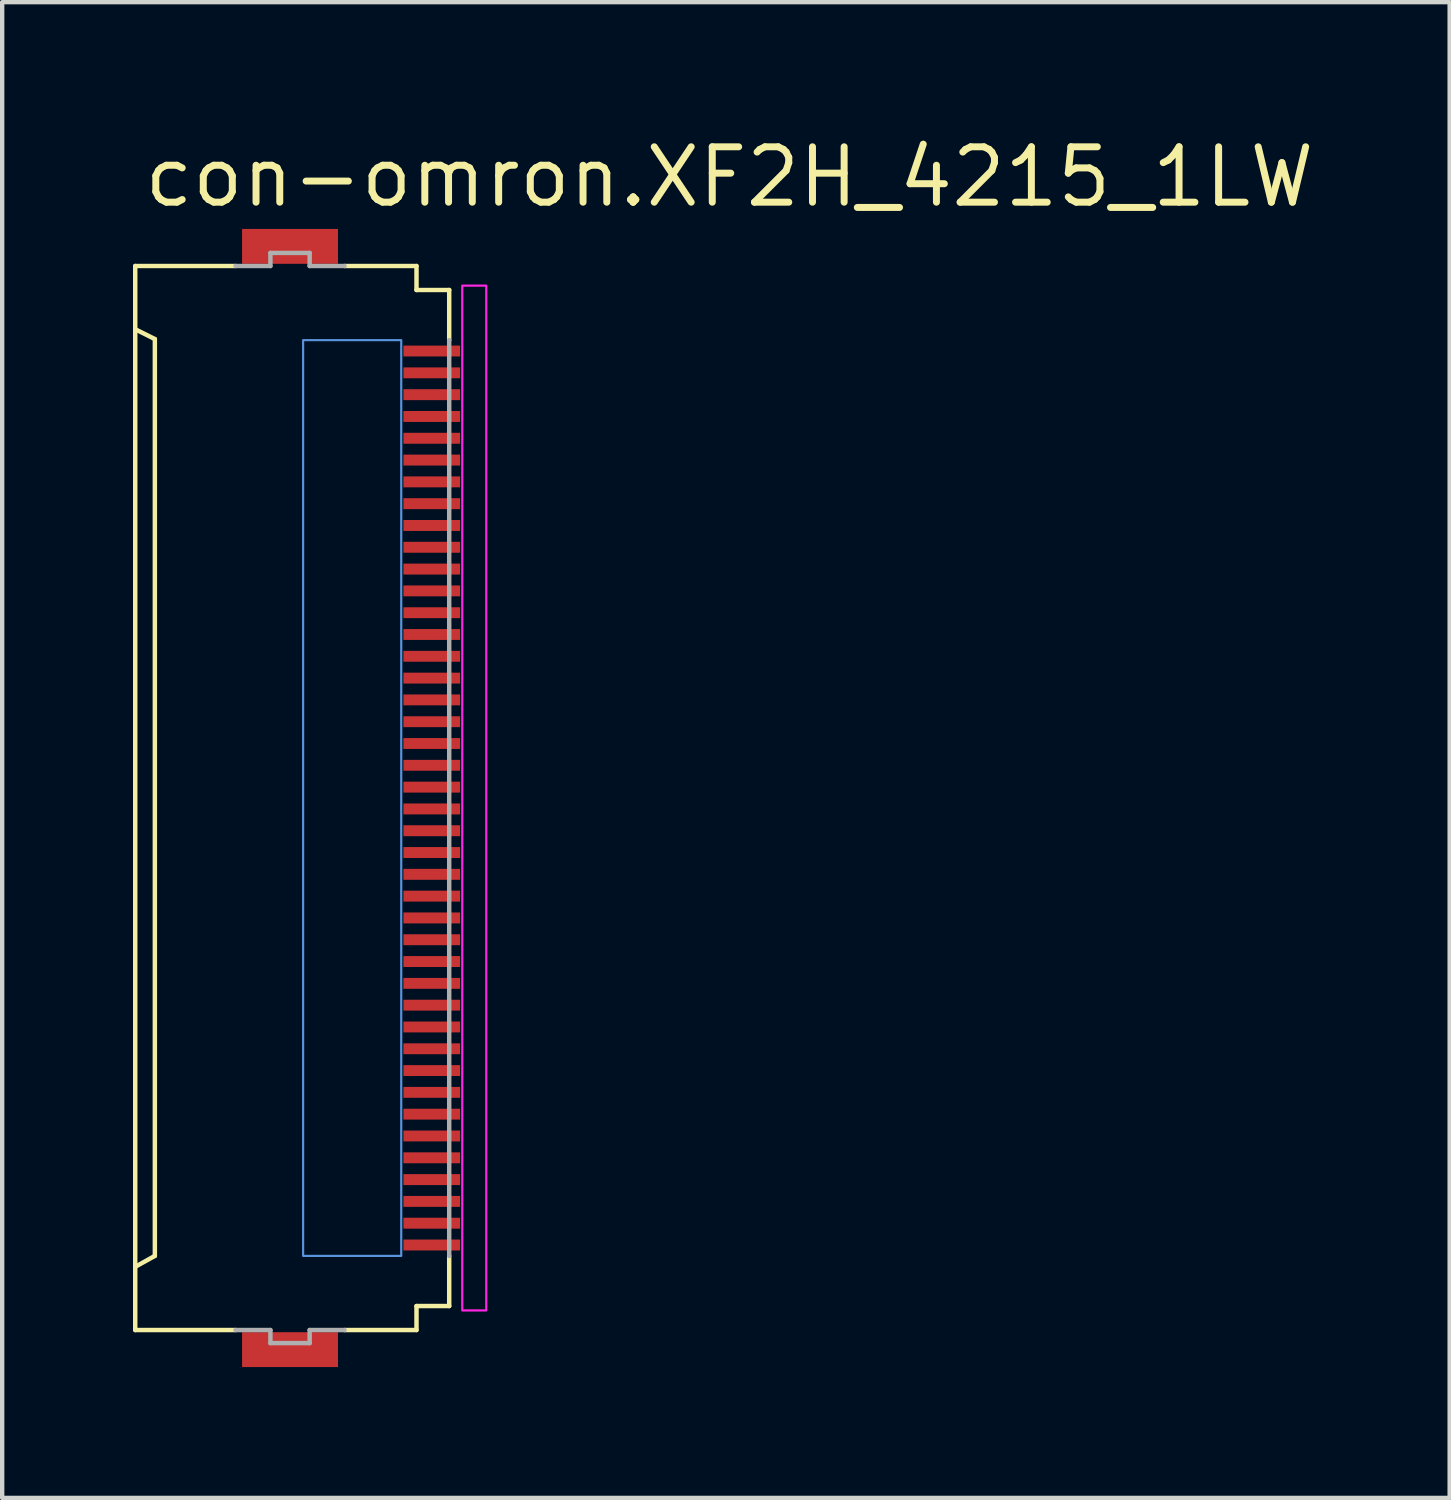
<source format=kicad_pcb>
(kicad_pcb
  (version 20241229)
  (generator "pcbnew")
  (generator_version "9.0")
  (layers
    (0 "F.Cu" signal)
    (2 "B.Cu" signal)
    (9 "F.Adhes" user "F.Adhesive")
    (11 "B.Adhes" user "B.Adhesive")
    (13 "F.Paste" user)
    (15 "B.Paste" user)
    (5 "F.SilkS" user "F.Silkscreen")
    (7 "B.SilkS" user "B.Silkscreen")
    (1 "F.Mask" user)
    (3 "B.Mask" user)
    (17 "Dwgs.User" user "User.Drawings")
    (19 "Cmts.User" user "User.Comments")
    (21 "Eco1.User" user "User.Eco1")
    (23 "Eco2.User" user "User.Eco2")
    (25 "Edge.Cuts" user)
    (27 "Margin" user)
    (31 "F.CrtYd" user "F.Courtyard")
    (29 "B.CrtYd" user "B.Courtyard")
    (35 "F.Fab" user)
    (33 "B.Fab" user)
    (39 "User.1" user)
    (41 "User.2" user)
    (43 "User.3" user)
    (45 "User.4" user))
  (footprint "con-omron.XF2H_4215_1LW"
    (layer "F.Cu")
    (at 3.676 15.25)
    (property "Reference" "con-omron.XF2H_4215_1LW" (at -3.5 -13.5 0) (layer "F.SilkS") (effects (font (size 1.27 1.27) (thickness 0.16)) (justify left bottom)))
    (attr smd)
    (fp_rect (start 2.475 -10.075) (end 3.875 -10.425) (stroke (width 0.05) (type default)) (fill yes) (layer "F.Mask"))
    (fp_rect (start 2.475 -9.575) (end 3.875 -9.925) (stroke (width 0.05) (type default)) (fill yes) (layer "F.Mask"))
    (fp_rect (start 2.475 -9.075) (end 3.875 -9.425) (stroke (width 0.05) (type default)) (fill yes) (layer "F.Mask"))
    (fp_rect (start 2.475 -8.575) (end 3.875 -8.925) (stroke (width 0.05) (type default)) (fill yes) (layer "F.Mask"))
    (fp_rect (start 2.475 -8.075) (end 3.875 -8.425) (stroke (width 0.05) (type default)) (fill yes) (layer "F.Mask"))
    (fp_rect (start 2.475 -7.575) (end 3.875 -7.925) (stroke (width 0.05) (type default)) (fill yes) (layer "F.Mask"))
    (fp_rect (start 2.475 -7.075) (end 3.875 -7.425) (stroke (width 0.05) (type default)) (fill yes) (layer "F.Mask"))
    (fp_rect (start 2.475 -6.575) (end 3.875 -6.925) (stroke (width 0.05) (type default)) (fill yes) (layer "F.Mask"))
    (fp_rect (start 2.475 -6.075) (end 3.875 -6.425) (stroke (width 0.05) (type default)) (fill yes) (layer "F.Mask"))
    (fp_rect (start 2.475 -5.575) (end 3.875 -5.925) (stroke (width 0.05) (type default)) (fill yes) (layer "F.Mask"))
    (fp_rect (start 2.475 -5.075) (end 3.875 -5.425) (stroke (width 0.05) (type default)) (fill yes) (layer "F.Mask"))
    (fp_rect (start 2.475 -4.575) (end 3.875 -4.925) (stroke (width 0.05) (type default)) (fill yes) (layer "F.Mask"))
    (fp_rect (start 2.475 -4.075) (end 3.875 -4.425) (stroke (width 0.05) (type default)) (fill yes) (layer "F.Mask"))
    (fp_rect (start 2.475 -3.575) (end 3.875 -3.925) (stroke (width 0.05) (type default)) (fill yes) (layer "F.Mask"))
    (fp_rect (start 2.475 -3.075) (end 3.875 -3.425) (stroke (width 0.05) (type default)) (fill yes) (layer "F.Mask"))
    (fp_rect (start 2.475 -2.575) (end 3.875 -2.925) (stroke (width 0.05) (type default)) (fill yes) (layer "F.Mask"))
    (fp_rect (start 2.475 -2.075) (end 3.875 -2.425) (stroke (width 0.05) (type default)) (fill yes) (layer "F.Mask"))
    (fp_rect (start 2.475 -1.575) (end 3.875 -1.925) (stroke (width 0.05) (type default)) (fill yes) (layer "F.Mask"))
    (fp_rect (start 2.475 -1.075) (end 3.875 -1.425) (stroke (width 0.05) (type default)) (fill yes) (layer "F.Mask"))
    (fp_rect (start 2.475 -0.575) (end 3.875 -0.925) (stroke (width 0.05) (type default)) (fill yes) (layer "F.Mask"))
    (fp_rect (start 2.475 -0.075) (end 3.875 -0.425) (stroke (width 0.05) (type default)) (fill yes) (layer "F.Mask"))
    (fp_rect (start 2.475 0.425) (end 3.875 0.075) (stroke (width 0.05) (type default)) (fill yes) (layer "F.Mask"))
    (fp_rect (start 2.475 0.925) (end 3.875 0.575) (stroke (width 0.05) (type default)) (fill yes) (layer "F.Mask"))
    (fp_rect (start 2.475 1.425) (end 3.875 1.075) (stroke (width 0.05) (type default)) (fill yes) (layer "F.Mask"))
    (fp_rect (start 2.475 1.925) (end 3.875 1.575) (stroke (width 0.05) (type default)) (fill yes) (layer "F.Mask"))
    (fp_rect (start 2.475 2.425) (end 3.875 2.075) (stroke (width 0.05) (type default)) (fill yes) (layer "F.Mask"))
    (fp_rect (start 2.475 2.925) (end 3.875 2.575) (stroke (width 0.05) (type default)) (fill yes) (layer "F.Mask"))
    (fp_rect (start 2.475 3.425) (end 3.875 3.075) (stroke (width 0.05) (type default)) (fill yes) (layer "F.Mask"))
    (fp_rect (start 2.475 3.925) (end 3.875 3.575) (stroke (width 0.05) (type default)) (fill yes) (layer "F.Mask"))
    (fp_rect (start 2.475 4.425) (end 3.875 4.075) (stroke (width 0.05) (type default)) (fill yes) (layer "F.Mask"))
    (fp_rect (start 2.475 4.925) (end 3.875 4.575) (stroke (width 0.05) (type default)) (fill yes) (layer "F.Mask"))
    (fp_rect (start 2.475 5.425) (end 3.875 5.075) (stroke (width 0.05) (type default)) (fill yes) (layer "F.Mask"))
    (fp_rect (start 2.475 5.925) (end 3.875 5.575) (stroke (width 0.05) (type default)) (fill yes) (layer "F.Mask"))
    (fp_rect (start 2.475 6.425) (end 3.875 6.075) (stroke (width 0.05) (type default)) (fill yes) (layer "F.Mask"))
    (fp_rect (start 2.475 6.925) (end 3.875 6.575) (stroke (width 0.05) (type default)) (fill yes) (layer "F.Mask"))
    (fp_rect (start 2.475 7.425) (end 3.875 7.075) (stroke (width 0.05) (type default)) (fill yes) (layer "F.Mask"))
    (fp_rect (start 2.475 7.925) (end 3.875 7.575) (stroke (width 0.05) (type default)) (fill yes) (layer "F.Mask"))
    (fp_rect (start 2.475 8.425) (end 3.875 8.075) (stroke (width 0.05) (type default)) (fill yes) (layer "F.Mask"))
    (fp_rect (start 2.475 8.925) (end 3.875 8.575) (stroke (width 0.05) (type default)) (fill yes) (layer "F.Mask"))
    (fp_rect (start 2.475 9.425) (end 3.875 9.075) (stroke (width 0.05) (type default)) (fill yes) (layer "F.Mask"))
    (fp_rect (start 2.475 9.925) (end 3.875 9.575) (stroke (width 0.05) (type default)) (fill yes) (layer "F.Mask"))
    (fp_rect (start 2.475 10.425) (end 3.875 10.075) (stroke (width 0.05) (type default)) (fill yes) (layer "F.Mask"))
    (fp_line (start -3.625 -12.2) (end -1.325 -12.2) (stroke (width 0.102) (type default)) (layer "F.SilkS"))
    (fp_line (start -3.625 -10.75) (end -3.625 -12.2) (stroke (width 0.102) (type default)) (layer "F.SilkS"))
    (fp_line (start -3.625 -10.75) (end -3.625 10.75) (stroke (width 0.102) (type default)) (layer "F.SilkS"))
    (fp_line (start -3.625 10.75) (end -3.175 10.5) (stroke (width 0.102) (type default)) (layer "F.SilkS"))
    (fp_line (start -3.625 12.2) (end -3.625 10.75) (stroke (width 0.102) (type default)) (layer "F.SilkS"))
    (fp_line (start -3.175 -10.525) (end -3.625 -10.75) (stroke (width 0.102) (type default)) (layer "F.SilkS"))
    (fp_line (start -3.175 10.5) (end -3.175 -10.525) (stroke (width 0.102) (type default)) (layer "F.SilkS"))
    (fp_line (start -1.325 12.2) (end -3.625 12.2) (stroke (width 0.102) (type default)) (layer "F.SilkS"))
    (fp_line (start 1.175 -12.2) (end 2.825 -12.2) (stroke (width 0.102) (type default)) (layer "F.SilkS"))
    (fp_line (start 1.175 12.2) (end 2.825 12.2) (stroke (width 0.102) (type default)) (layer "F.SilkS"))
    (fp_line (start 2.825 -12.2) (end 2.825 -11.65) (stroke (width 0.102) (type default)) (layer "F.SilkS"))
    (fp_line (start 2.825 -11.65) (end 3.575 -11.65) (stroke (width 0.102) (type default)) (layer "F.SilkS"))
    (fp_line (start 2.825 11.65) (end 2.825 12.2) (stroke (width 0.102) (type default)) (layer "F.SilkS"))
    (fp_line (start 2.825 11.65) (end 3.575 11.65) (stroke (width 0.102) (type default)) (layer "F.SilkS"))
    (fp_line (start 3.575 -11.65) (end 3.575 -10.5) (stroke (width 0.102) (type default)) (layer "F.SilkS"))
    (fp_line (start 3.575 10.5) (end 3.575 11.65) (stroke (width 0.102) (type default)) (layer "F.SilkS"))
    (fp_rect (start 0.225 10.5) (end 2.475 -10.5) (stroke (width 0.05) (type default)) (fill no) (layer "Cmts.User"))
    (fp_rect (start 3.875 11.75) (end 4.425 -11.75) (stroke (width 0.05) (type default)) (fill no) (layer "F.CrtYd"))
    (fp_line (start -1.325 -12.2) (end -0.525 -12.2) (stroke (width 0.102) (type default)) (layer "F.Fab"))
    (fp_line (start -0.525 -12.5) (end 0.375 -12.5) (stroke (width 0.102) (type default)) (layer "F.Fab"))
    (fp_line (start -0.525 -12.2) (end -0.525 -12.5) (stroke (width 0.102) (type default)) (layer "F.Fab"))
    (fp_line (start -0.525 12.2) (end -1.325 12.2) (stroke (width 0.102) (type default)) (layer "F.Fab"))
    (fp_line (start -0.525 12.5) (end -0.525 12.2) (stroke (width 0.102) (type default)) (layer "F.Fab"))
    (fp_line (start 0.375 -12.5) (end 0.375 -12.2) (stroke (width 0.102) (type default)) (layer "F.Fab"))
    (fp_line (start 0.375 -12.2) (end 1.175 -12.2) (stroke (width 0.102) (type default)) (layer "F.Fab"))
    (fp_line (start 0.375 12.2) (end 0.375 12.5) (stroke (width 0.102) (type default)) (layer "F.Fab"))
    (fp_line (start 0.375 12.5) (end -0.525 12.5) (stroke (width 0.102) (type default)) (layer "F.Fab"))
    (fp_line (start 1.175 12.2) (end 0.375 12.2) (stroke (width 0.102) (type default)) (layer "F.Fab"))
    (fp_line (start 3.575 -10.5) (end 3.575 10.5) (stroke (width 0.102) (type default)) (layer "F.Fab"))
    (pad "1" smd roundrect (at 3.175 -10.25) (size 1.3 0.25) (layers "F.Cu" "F.Mask" "F.Paste") (roundrect_rratio 0.01))
    (pad "2" smd roundrect (at 3.175 -9.75) (size 1.3 0.25) (layers "F.Cu" "F.Mask" "F.Paste") (roundrect_rratio 0.01))
    (pad "3" smd roundrect (at 3.175 -9.25) (size 1.3 0.25) (layers "F.Cu" "F.Mask" "F.Paste") (roundrect_rratio 0.01))
    (pad "4" smd roundrect (at 3.175 -8.75) (size 1.3 0.25) (layers "F.Cu" "F.Mask" "F.Paste") (roundrect_rratio 0.01))
    (pad "5" smd roundrect (at 3.175 -8.25) (size 1.3 0.25) (layers "F.Cu" "F.Mask" "F.Paste") (roundrect_rratio 0.01))
    (pad "6" smd roundrect (at 3.175 -7.75) (size 1.3 0.25) (layers "F.Cu" "F.Mask" "F.Paste") (roundrect_rratio 0.01))
    (pad "7" smd roundrect (at 3.175 -7.25) (size 1.3 0.25) (layers "F.Cu" "F.Mask" "F.Paste") (roundrect_rratio 0.01))
    (pad "8" smd roundrect (at 3.175 -6.75) (size 1.3 0.25) (layers "F.Cu" "F.Mask" "F.Paste") (roundrect_rratio 0.01))
    (pad "9" smd roundrect (at 3.175 -6.25) (size 1.3 0.25) (layers "F.Cu" "F.Mask" "F.Paste") (roundrect_rratio 0.01))
    (pad "10" smd roundrect (at 3.175 -5.75) (size 1.3 0.25) (layers "F.Cu" "F.Mask" "F.Paste") (roundrect_rratio 0.01))
    (pad "11" smd roundrect (at 3.175 -5.25) (size 1.3 0.25) (layers "F.Cu" "F.Mask" "F.Paste") (roundrect_rratio 0.01))
    (pad "12" smd roundrect (at 3.175 -4.75) (size 1.3 0.25) (layers "F.Cu" "F.Mask" "F.Paste") (roundrect_rratio 0.01))
    (pad "13" smd roundrect (at 3.175 -4.25) (size 1.3 0.25) (layers "F.Cu" "F.Mask" "F.Paste") (roundrect_rratio 0.01))
    (pad "14" smd roundrect (at 3.175 -3.75) (size 1.3 0.25) (layers "F.Cu" "F.Mask" "F.Paste") (roundrect_rratio 0.01))
    (pad "15" smd roundrect (at 3.175 -3.25) (size 1.3 0.25) (layers "F.Cu" "F.Mask" "F.Paste") (roundrect_rratio 0.01))
    (pad "16" smd roundrect (at 3.175 -2.75) (size 1.3 0.25) (layers "F.Cu" "F.Mask" "F.Paste") (roundrect_rratio 0.01))
    (pad "17" smd roundrect (at 3.175 -2.25) (size 1.3 0.25) (layers "F.Cu" "F.Mask" "F.Paste") (roundrect_rratio 0.01))
    (pad "18" smd roundrect (at 3.175 -1.75) (size 1.3 0.25) (layers "F.Cu" "F.Mask" "F.Paste") (roundrect_rratio 0.01))
    (pad "19" smd roundrect (at 3.175 -1.25) (size 1.3 0.25) (layers "F.Cu" "F.Mask" "F.Paste") (roundrect_rratio 0.01))
    (pad "20" smd roundrect (at 3.175 -0.75) (size 1.3 0.25) (layers "F.Cu" "F.Mask" "F.Paste") (roundrect_rratio 0.01))
    (pad "21" smd roundrect (at 3.175 -0.25) (size 1.3 0.25) (layers "F.Cu" "F.Mask" "F.Paste") (roundrect_rratio 0.01))
    (pad "22" smd roundrect (at 3.175 0.25) (size 1.3 0.25) (layers "F.Cu" "F.Mask" "F.Paste") (roundrect_rratio 0.01))
    (pad "23" smd roundrect (at 3.175 0.75) (size 1.3 0.25) (layers "F.Cu" "F.Mask" "F.Paste") (roundrect_rratio 0.01))
    (pad "24" smd roundrect (at 3.175 1.25) (size 1.3 0.25) (layers "F.Cu" "F.Mask" "F.Paste") (roundrect_rratio 0.01))
    (pad "25" smd roundrect (at 3.175 1.75) (size 1.3 0.25) (layers "F.Cu" "F.Mask" "F.Paste") (roundrect_rratio 0.01))
    (pad "26" smd roundrect (at 3.175 2.25) (size 1.3 0.25) (layers "F.Cu" "F.Mask" "F.Paste") (roundrect_rratio 0.01))
    (pad "27" smd roundrect (at 3.175 2.75) (size 1.3 0.25) (layers "F.Cu" "F.Mask" "F.Paste") (roundrect_rratio 0.01))
    (pad "28" smd roundrect (at 3.175 3.25) (size 1.3 0.25) (layers "F.Cu" "F.Mask" "F.Paste") (roundrect_rratio 0.01))
    (pad "29" smd roundrect (at 3.175 3.75) (size 1.3 0.25) (layers "F.Cu" "F.Mask" "F.Paste") (roundrect_rratio 0.01))
    (pad "30" smd roundrect (at 3.175 4.25) (size 1.3 0.25) (layers "F.Cu" "F.Mask" "F.Paste") (roundrect_rratio 0.01))
    (pad "31" smd roundrect (at 3.175 4.75) (size 1.3 0.25) (layers "F.Cu" "F.Mask" "F.Paste") (roundrect_rratio 0.01))
    (pad "32" smd roundrect (at 3.175 5.25) (size 1.3 0.25) (layers "F.Cu" "F.Mask" "F.Paste") (roundrect_rratio 0.01))
    (pad "33" smd roundrect (at 3.175 5.75) (size 1.3 0.25) (layers "F.Cu" "F.Mask" "F.Paste") (roundrect_rratio 0.01))
    (pad "34" smd roundrect (at 3.175 6.25) (size 1.3 0.25) (layers "F.Cu" "F.Mask" "F.Paste") (roundrect_rratio 0.01))
    (pad "35" smd roundrect (at 3.175 6.75) (size 1.3 0.25) (layers "F.Cu" "F.Mask" "F.Paste") (roundrect_rratio 0.01))
    (pad "36" smd roundrect (at 3.175 7.25) (size 1.3 0.25) (layers "F.Cu" "F.Mask" "F.Paste") (roundrect_rratio 0.01))
    (pad "37" smd roundrect (at 3.175 7.75) (size 1.3 0.25) (layers "F.Cu" "F.Mask" "F.Paste") (roundrect_rratio 0.01))
    (pad "38" smd roundrect (at 3.175 8.25) (size 1.3 0.25) (layers "F.Cu" "F.Mask" "F.Paste") (roundrect_rratio 0.01))
    (pad "39" smd roundrect (at 3.175 8.75) (size 1.3 0.25) (layers "F.Cu" "F.Mask" "F.Paste") (roundrect_rratio 0.01))
    (pad "40" smd roundrect (at 3.175 9.25) (size 1.3 0.25) (layers "F.Cu" "F.Mask" "F.Paste") (roundrect_rratio 0.01))
    (pad "41" smd roundrect (at 3.175 9.75) (size 1.3 0.25) (layers "F.Cu" "F.Mask" "F.Paste") (roundrect_rratio 0.01))
    (pad "42" smd roundrect (at 3.175 10.25) (size 1.3 0.25) (layers "F.Cu" "F.Mask" "F.Paste") (roundrect_rratio 0.01))
    (pad "M1" smd roundrect (at -0.075 -12.65) (size 2.2 0.8) (layers "F.Cu" "F.Mask" "F.Paste") (roundrect_rratio 0.01))
    (pad "M2" smd roundrect (at -0.075 12.65) (size 2.2 0.8) (layers "F.Cu" "F.Mask" "F.Paste") (roundrect_rratio 0.01)))
  (gr_rect
    (start -3 -3)
    (end 30.193 31.3)
    (stroke (width 0.1) (type default))
    (fill no)
    (layer "Edge.Cuts")))
</source>
